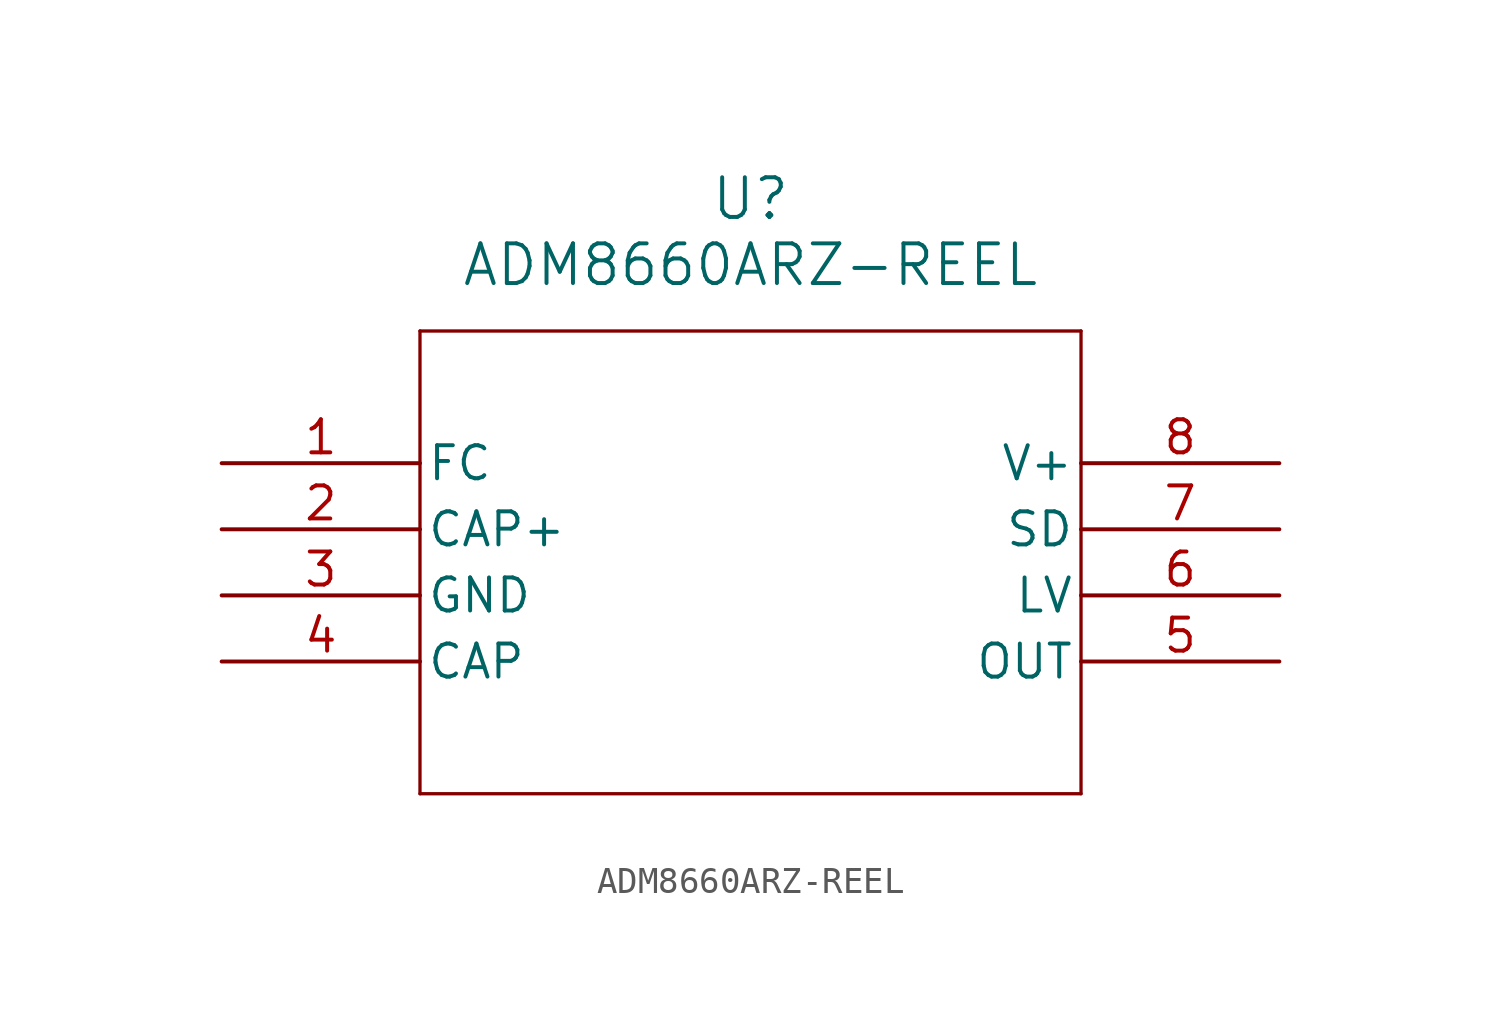
<source format=kicad_sym>
(kicad_symbol_lib
  (version 20241209)
  (generator "kicad_symbol_editor")
  (generator_version "9.0")
  (symbol "ADM8660ARZ-REEL"
    (pin_names
      (offset 0.254))
    (property "Reference" "U"
      (at 20.32 10.16 0)
      (effects (font (size 1.524 1.524))))
    (property "Value" "ADM8660ARZ-REEL"
      (at 20.32 7.62 0)
      (effects (font (size 1.524 1.524))))
    (property "ki_locked" ""
      (at 0 0 0)
      (effects (font (size 1.27 1.27))))
    (symbol "ADM8660ARZ-REEL_0_1"
      (polyline (pts (xy 7.62 5.08) (xy 7.62 -12.7)) (stroke (width 0.127) (type default)) (fill (type none)))
      (polyline (pts (xy 7.62 -12.7) (xy 33.02 -12.7)) (stroke (width 0.127) (type default)) (fill (type none)))
      (polyline (pts (xy 33.02 5.08) (xy 7.62 5.08)) (stroke (width 0.127) (type default)) (fill (type none)))
      (polyline (pts (xy 33.02 -12.7) (xy 33.02 5.08)) (stroke (width 0.127) (type default)) (fill (type none)))
      (pin unspecified line (at 0 0 0) (length 7.62) (name "FC" (effects (font (size 1.27 1.27)))) (number "1" (effects (font (size 1.27 1.27)))))
      (pin unspecified line (at 0 -2.54 0) (length 7.62) (name "CAP+" (effects (font (size 1.27 1.27)))) (number "2" (effects (font (size 1.27 1.27)))))
      (pin power_out line (at 0 -5.08 0) (length 7.62) (name "GND" (effects (font (size 1.27 1.27)))) (number "3" (effects (font (size 1.27 1.27)))))
      (pin unspecified line (at 0 -7.62 0) (length 7.62) (name "CAP" (effects (font (size 1.27 1.27)))) (number "4" (effects (font (size 1.27 1.27)))))
      (pin power_in line (at 40.64 0 180) (length 7.62) (name "V+" (effects (font (size 1.27 1.27)))) (number "8" (effects (font (size 1.27 1.27)))))
      (pin unspecified line (at 40.64 -2.54 180) (length 7.62) (name "SD" (effects (font (size 1.27 1.27)))) (number "7" (effects (font (size 1.27 1.27)))))
      (pin unspecified line (at 40.64 -5.08 180) (length 7.62) (name "LV" (effects (font (size 1.27 1.27)))) (number "6" (effects (font (size 1.27 1.27)))))
      (pin output line (at 40.64 -7.62 180) (length 7.62) (name "OUT" (effects (font (size 1.27 1.27)))) (number "5" (effects (font (size 1.27 1.27))))))))
</source>
